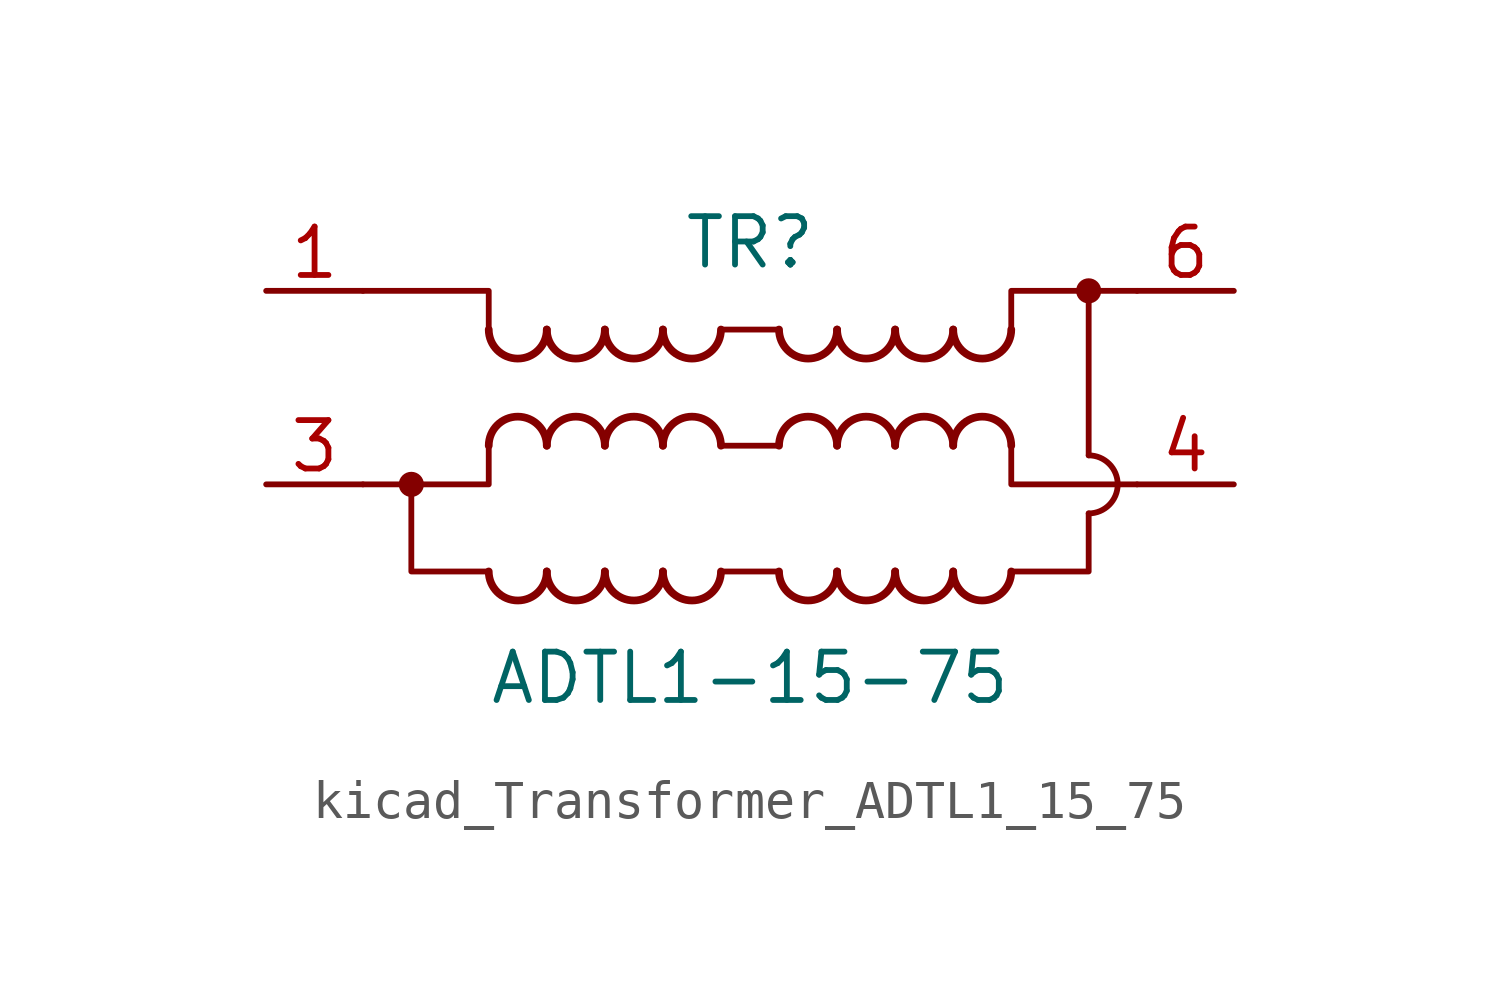
<source format=kicad_sym>
(kicad_symbol_lib
  (version 20220914)
  (generator kicad_symbol_editor)
  (symbol "kicad_Transformer_ADTL1_15_75"
    (pin_names hide)
    (property "Reference" "TR"
      (at 0 3.81 0)
      (effects (font (size 1.27 1.27))))
    (property "Value" "ADTL1-15-75"
      (at 0 -7.62 0)
      (effects (font (size 1.27 1.27))))
    (symbol "kicad_Transformer_ADTL1_15_75_0_1"
      (circle (center -8.89 -2.54) (radius 0.254) (stroke (width 0) (type default)) (fill (type outline)))
      (arc (start -6.858 -4.826) (mid -6.096 -5.5847) (end -5.334 -4.826) (stroke (width 0.2032) (type default)) (fill (type none)))
      (arc (start -6.858 1.524) (mid -6.096 0.7653) (end -5.334 1.524) (stroke (width 0.2032) (type default)) (fill (type none)))
      (arc (start -5.334 -4.826) (mid -4.572 -5.5847) (end -3.81 -4.826) (stroke (width 0.2032) (type default)) (fill (type none)))
      (arc (start -5.334 -1.524) (mid -6.096 -0.7653) (end -6.858 -1.524) (stroke (width 0.2032) (type default)) (fill (type none)))
      (arc (start -5.334 1.524) (mid -4.572 0.7653) (end -3.81 1.524) (stroke (width 0.2032) (type default)) (fill (type none)))
      (arc (start -3.81 -4.826) (mid -3.048 -5.5847) (end -2.286 -4.826) (stroke (width 0.2032) (type default)) (fill (type none)))
      (arc (start -3.81 -1.524) (mid -4.572 -0.7653) (end -5.334 -1.524) (stroke (width 0.2032) (type default)) (fill (type none)))
      (arc (start -3.81 1.524) (mid -3.048 0.7653) (end -2.286 1.524) (stroke (width 0.2032) (type default)) (fill (type none)))
      (arc (start -2.286 -4.826) (mid -1.524 -5.5847) (end -0.762 -4.826) (stroke (width 0.2032) (type default)) (fill (type none)))
      (arc (start -2.286 -1.524) (mid -3.048 -0.7653) (end -3.81 -1.524) (stroke (width 0.2032) (type default)) (fill (type none)))
      (arc (start -2.286 1.524) (mid -1.524 0.7653) (end -0.762 1.524) (stroke (width 0.2032) (type default)) (fill (type none)))
      (arc (start -0.762 -1.524) (mid -1.524 -0.7653) (end -2.286 -1.524) (stroke (width 0.2032) (type default)) (fill (type none)))
      (polyline (pts (xy -0.762 -1.524) (xy 0.762 -1.524)) (stroke (width 0) (type default)) (fill (type none)))
      (polyline (pts (xy -0.762 1.524) (xy 0.762 1.524)) (stroke (width 0) (type default)) (fill (type none)))
      (polyline (pts (xy 0.762 -4.826) (xy -0.762 -4.826)) (stroke (width 0) (type default)) (fill (type none)))
      (polyline (pts (xy 8.89 -1.778) (xy 8.89 2.54)) (stroke (width 0) (type default)) (fill (type none)))
      (polyline (pts (xy -6.858 -4.826) (xy -8.89 -4.826) (xy -8.89 -2.54)) (stroke (width 0) (type default)) (fill (type none)))
      (polyline (pts (xy -6.858 -1.524) (xy -6.858 -2.54) (xy -10.16 -2.54)) (stroke (width 0) (type default)) (fill (type none)))
      (polyline (pts (xy -6.858 1.524) (xy -6.858 2.54) (xy -10.16 2.54)) (stroke (width 0) (type default)) (fill (type none)))
      (polyline (pts (xy 6.858 -4.826) (xy 8.89 -4.826) (xy 8.89 -3.302)) (stroke (width 0) (type default)) (fill (type none)))
      (polyline (pts (xy 6.858 -1.524) (xy 6.858 -2.54) (xy 10.16 -2.54)) (stroke (width 0) (type default)) (fill (type none)))
      (polyline (pts (xy 6.858 1.524) (xy 6.858 2.54) (xy 10.16 2.54)) (stroke (width 0) (type default)) (fill (type none)))
      (arc (start 0.762 -4.826) (mid 1.524 -5.5847) (end 2.286 -4.826) (stroke (width 0.2032) (type default)) (fill (type none)))
      (arc (start 0.762 1.524) (mid 1.524 0.7653) (end 2.286 1.524) (stroke (width 0.2032) (type default)) (fill (type none)))
      (arc (start 2.286 -4.826) (mid 3.048 -5.5847) (end 3.81 -4.826) (stroke (width 0.2032) (type default)) (fill (type none)))
      (arc (start 2.286 -1.524) (mid 1.524 -0.7653) (end 0.762 -1.524) (stroke (width 0.2032) (type default)) (fill (type none)))
      (arc (start 2.286 1.524) (mid 3.048 0.7653) (end 3.81 1.524) (stroke (width 0.2032) (type default)) (fill (type none)))
      (arc (start 3.81 -4.826) (mid 4.572 -5.5847) (end 5.334 -4.826) (stroke (width 0.2032) (type default)) (fill (type none)))
      (arc (start 3.81 -1.524) (mid 3.048 -0.7653) (end 2.286 -1.524) (stroke (width 0.2032) (type default)) (fill (type none)))
      (arc (start 3.81 1.524) (mid 4.572 0.7653) (end 5.334 1.524) (stroke (width 0.2032) (type default)) (fill (type none)))
      (arc (start 5.334 -4.826) (mid 6.096 -5.5847) (end 6.858 -4.826) (stroke (width 0.2032) (type default)) (fill (type none)))
      (arc (start 5.334 -1.524) (mid 4.572 -0.7653) (end 3.81 -1.524) (stroke (width 0.2032) (type default)) (fill (type none)))
      (arc (start 5.334 1.524) (mid 6.096 0.7653) (end 6.858 1.524) (stroke (width 0.2032) (type default)) (fill (type none)))
      (arc (start 6.858 -1.524) (mid 6.096 -0.7653) (end 5.334 -1.524) (stroke (width 0.2032) (type default)) (fill (type none)))
      (arc (start 8.89 -3.302) (mid 9.6487 -2.54) (end 8.89 -1.778) (stroke (width 0) (type default)) (fill (type none)))
      (circle (center 8.89 2.54) (radius 0.254) (stroke (width 0) (type default)) (fill (type outline))))
    (symbol "kicad_Transformer_ADTL1_15_75_1_1"
      (pin passive line (at -12.7 2.54 0) (length 2.54) (name "~" (effects (font (size 1.27 1.27)))) (number "1" (effects (font (size 1.27 1.27)))))
      (pin passive line (at -12.7 -2.54 0) (length 2.54) (name "~" (effects (font (size 1.27 1.27)))) (number "3" (effects (font (size 1.27 1.27)))))
      (pin passive line (at 12.7 -2.54 180) (length 2.54) (name "~" (effects (font (size 1.27 1.27)))) (number "4" (effects (font (size 1.27 1.27)))))
      (pin passive line (at 12.7 2.54 180) (length 2.54) (name "~" (effects (font (size 1.27 1.27)))) (number "6" (effects (font (size 1.27 1.27))))))))
</source>
